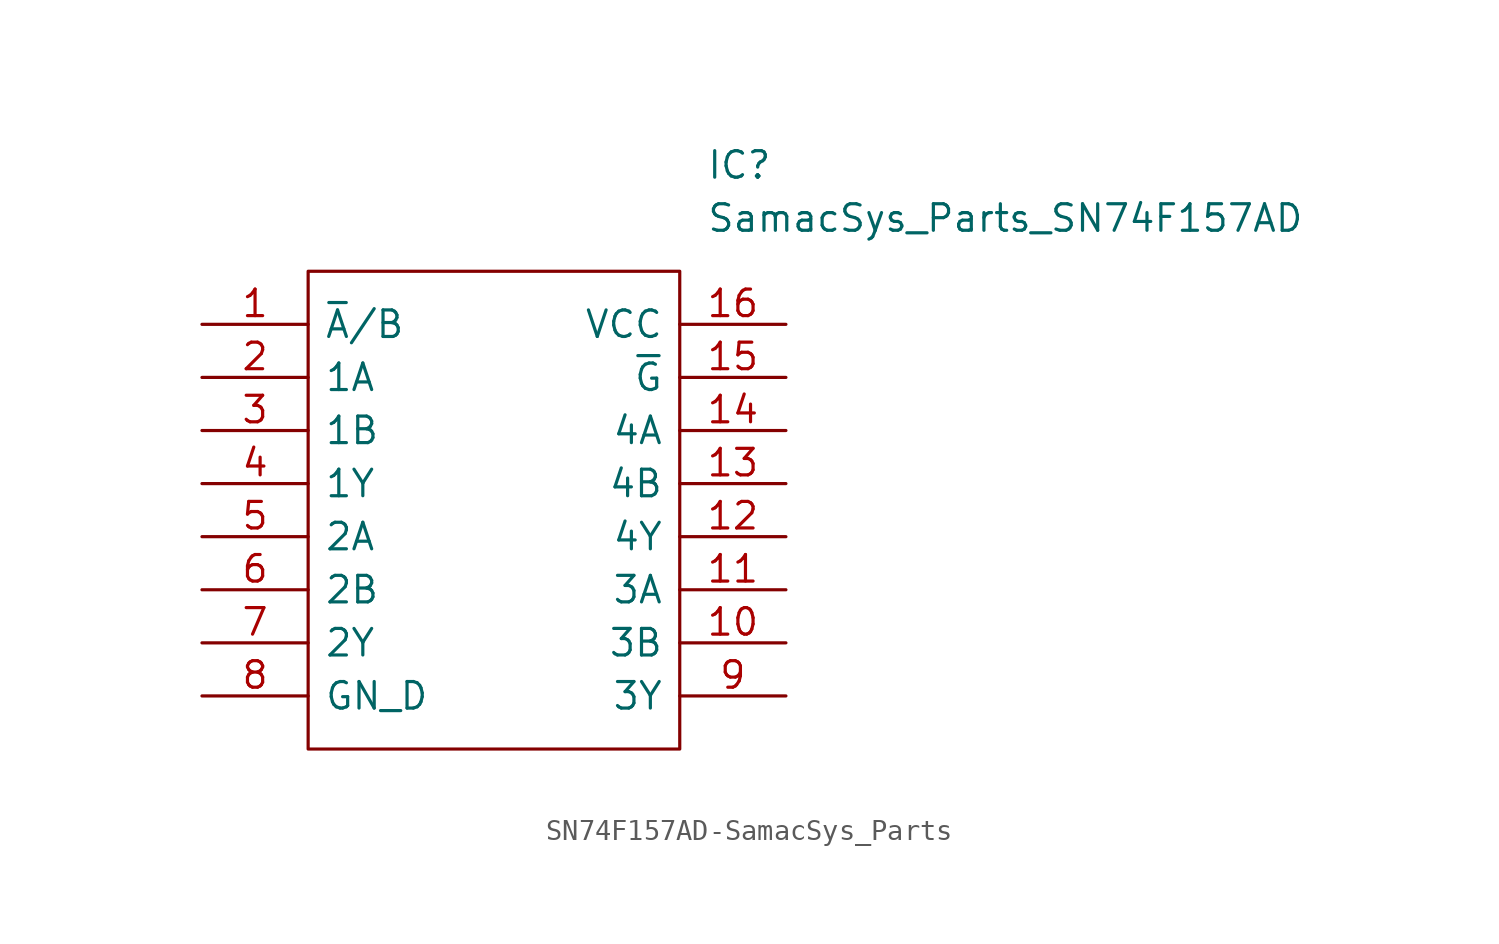
<source format=kicad_sym>
(kicad_symbol_lib
  (version 20231120)
  (generator "kicad_symbol_editor")
  (generator_version "8.0")
  (symbol "SN74F157AD-SamacSys_Parts"
    (pin_names
      (offset 0.762))
    (property "Reference" "IC"
      (at 24.13 7.62 0)
      (effects (font (size 1.27 1.27)) (justify left)))
    (property "Value" "SamacSys_Parts_SN74F157AD"
      (at 24.13 5.08 0)
      (effects (font (size 1.27 1.27)) (justify left)))
    (symbol "SN74F157AD-SamacSys_Parts_0_0"
      (pin passive line (at 0 0 0) (length 5.08) (name "~{A}/B" (effects (font (size 1.27 1.27)))) (number "1" (effects (font (size 1.27 1.27)))))
      (pin passive line (at 27.94 -15.24 180) (length 5.08) (name "3B" (effects (font (size 1.27 1.27)))) (number "10" (effects (font (size 1.27 1.27)))))
      (pin passive line (at 27.94 -12.7 180) (length 5.08) (name "3A" (effects (font (size 1.27 1.27)))) (number "11" (effects (font (size 1.27 1.27)))))
      (pin passive line (at 27.94 -10.16 180) (length 5.08) (name "4Y" (effects (font (size 1.27 1.27)))) (number "12" (effects (font (size 1.27 1.27)))))
      (pin passive line (at 27.94 -7.62 180) (length 5.08) (name "4B" (effects (font (size 1.27 1.27)))) (number "13" (effects (font (size 1.27 1.27)))))
      (pin passive line (at 27.94 -5.08 180) (length 5.08) (name "4A" (effects (font (size 1.27 1.27)))) (number "14" (effects (font (size 1.27 1.27)))))
      (pin passive line (at 27.94 -2.54 180) (length 5.08) (name "~{G}" (effects (font (size 1.27 1.27)))) (number "15" (effects (font (size 1.27 1.27)))))
      (pin passive line (at 27.94 0 180) (length 5.08) (name "VCC" (effects (font (size 1.27 1.27)))) (number "16" (effects (font (size 1.27 1.27)))))
      (pin passive line (at 0 -2.54 0) (length 5.08) (name "1A" (effects (font (size 1.27 1.27)))) (number "2" (effects (font (size 1.27 1.27)))))
      (pin passive line (at 0 -5.08 0) (length 5.08) (name "1B" (effects (font (size 1.27 1.27)))) (number "3" (effects (font (size 1.27 1.27)))))
      (pin passive line (at 0 -7.62 0) (length 5.08) (name "1Y" (effects (font (size 1.27 1.27)))) (number "4" (effects (font (size 1.27 1.27)))))
      (pin passive line (at 0 -10.16 0) (length 5.08) (name "2A" (effects (font (size 1.27 1.27)))) (number "5" (effects (font (size 1.27 1.27)))))
      (pin passive line (at 0 -12.7 0) (length 5.08) (name "2B" (effects (font (size 1.27 1.27)))) (number "6" (effects (font (size 1.27 1.27)))))
      (pin passive line (at 0 -15.24 0) (length 5.08) (name "2Y" (effects (font (size 1.27 1.27)))) (number "7" (effects (font (size 1.27 1.27)))))
      (pin passive line (at 0 -17.78 0) (length 5.08) (name "GN_D" (effects (font (size 1.27 1.27)))) (number "8" (effects (font (size 1.27 1.27)))))
      (pin passive line (at 27.94 -17.78 180) (length 5.08) (name "3Y" (effects (font (size 1.27 1.27)))) (number "9" (effects (font (size 1.27 1.27))))))
    (symbol "SN74F157AD-SamacSys_Parts_0_1"
      (polyline (pts (xy 5.08 2.54) (xy 22.86 2.54) (xy 22.86 -20.32) (xy 5.08 -20.32) (xy 5.08 2.54)) (stroke (width 0.152) (type solid)) (fill (type none))))))
</source>
